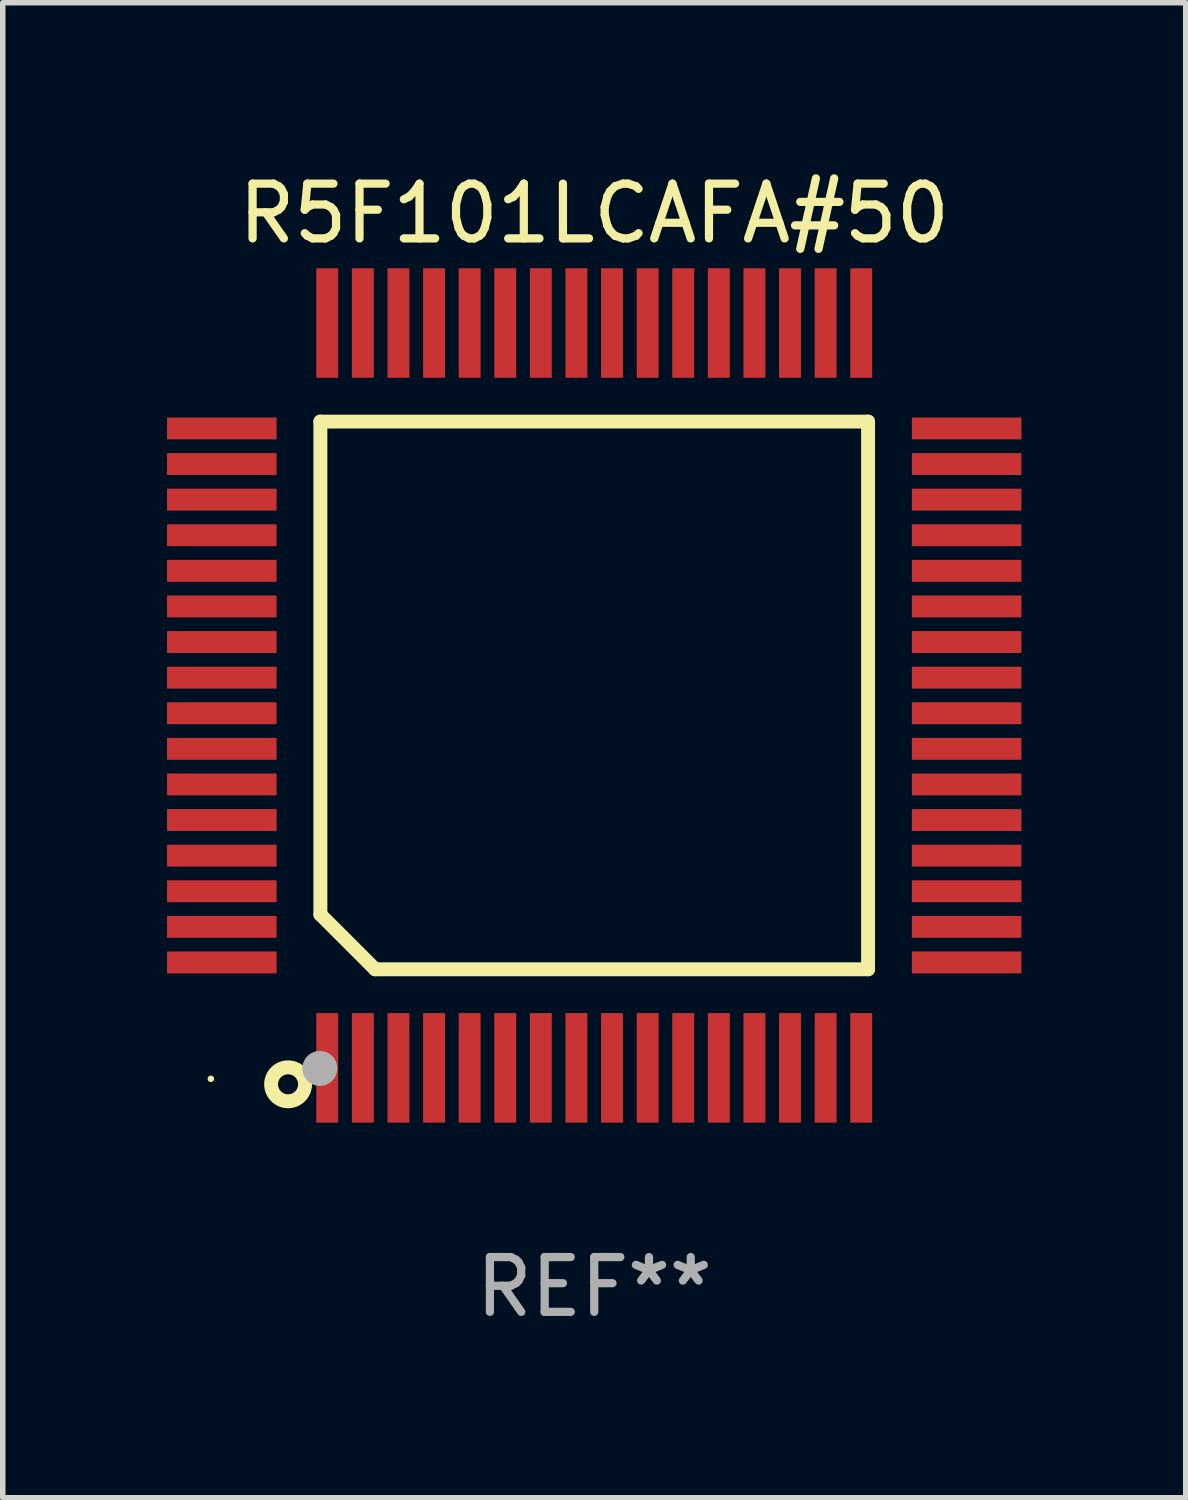
<source format=kicad_pcb>
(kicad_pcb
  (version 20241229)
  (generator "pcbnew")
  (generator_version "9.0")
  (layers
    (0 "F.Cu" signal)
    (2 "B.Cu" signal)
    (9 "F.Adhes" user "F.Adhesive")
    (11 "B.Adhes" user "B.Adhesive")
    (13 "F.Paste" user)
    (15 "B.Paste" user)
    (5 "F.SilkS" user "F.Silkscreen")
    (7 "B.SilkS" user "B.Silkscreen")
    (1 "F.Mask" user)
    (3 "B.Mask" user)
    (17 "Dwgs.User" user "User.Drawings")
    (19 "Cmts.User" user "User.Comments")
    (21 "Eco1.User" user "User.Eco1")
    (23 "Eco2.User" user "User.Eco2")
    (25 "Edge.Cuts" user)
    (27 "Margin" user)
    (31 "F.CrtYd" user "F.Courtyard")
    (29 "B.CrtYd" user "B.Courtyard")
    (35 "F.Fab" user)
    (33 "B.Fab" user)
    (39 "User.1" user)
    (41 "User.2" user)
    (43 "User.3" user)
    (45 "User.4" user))
  (footprint "R5F101LCAFA#50"
    (layer "F.Cu")
    (at 7.8 9.648)
    (property "Reference" "R5F101LCAFA#50" (at 0 -8.8 0) (layer "F.SilkS") (effects (font (size 1 1) (thickness 0.15))))
    (attr through_hole)
    (fp_line (start -5 -5) (end 5 -5) (stroke (width 0.254) (type solid)) (layer "F.SilkS"))
    (fp_line (start -5 4) (end -5 -5) (stroke (width 0.254) (type solid)) (layer "F.SilkS"))
    (fp_line (start -4 5) (end -5 4) (stroke (width 0.254) (type solid)) (layer "F.SilkS"))
    (fp_line (start 5 -5) (end 5 5) (stroke (width 0.254) (type solid)) (layer "F.SilkS"))
    (fp_line (start 5 5) (end -4 5) (stroke (width 0.254) (type solid)) (layer "F.SilkS"))
    (fp_circle (center -7 7) (end -6.97 7) (stroke (width 0.06) (type solid)) (fill no) (layer "F.SilkS"))
    (fp_circle (center -5.59 7.1) (end -5.28 7.1) (stroke (width 0.254) (type solid)) (fill no) (layer "F.SilkS"))
    (fp_circle (center -5.01 6.81) (end -4.85 6.81) (stroke (width 0.32) (type solid)) (fill no) (layer "F.Fab"))
    (fp_text user "REF**" (at 0 10.8 0) (layer "F.Fab") (effects (font (size 1 1) (thickness 0.15))))
    (pad "1" smd rect (at -4.875 6.8) (size 0.4 2) (layers "F.Cu" "F.Mask" "F.Paste"))
    (pad "2" smd rect (at -4.225 6.8) (size 0.4 2) (layers "F.Cu" "F.Mask" "F.Paste"))
    (pad "3" smd rect (at -3.575 6.8) (size 0.4 2) (layers "F.Cu" "F.Mask" "F.Paste"))
    (pad "4" smd rect (at -2.925 6.8) (size 0.4 2) (layers "F.Cu" "F.Mask" "F.Paste"))
    (pad "5" smd rect (at -2.275 6.8) (size 0.4 2) (layers "F.Cu" "F.Mask" "F.Paste"))
    (pad "6" smd rect (at -1.625 6.8) (size 0.4 2) (layers "F.Cu" "F.Mask" "F.Paste"))
    (pad "7" smd rect (at -0.975 6.8) (size 0.4 2) (layers "F.Cu" "F.Mask" "F.Paste"))
    (pad "8" smd rect (at -0.325 6.8) (size 0.4 2) (layers "F.Cu" "F.Mask" "F.Paste"))
    (pad "9" smd rect (at 0.325 6.8) (size 0.4 2) (layers "F.Cu" "F.Mask" "F.Paste"))
    (pad "10" smd rect (at 0.975 6.8) (size 0.4 2) (layers "F.Cu" "F.Mask" "F.Paste"))
    (pad "11" smd rect (at 1.625 6.8) (size 0.4 2) (layers "F.Cu" "F.Mask" "F.Paste"))
    (pad "12" smd rect (at 2.275 6.8) (size 0.4 2) (layers "F.Cu" "F.Mask" "F.Paste"))
    (pad "13" smd rect (at 2.925 6.8) (size 0.4 2) (layers "F.Cu" "F.Mask" "F.Paste"))
    (pad "14" smd rect (at 3.575 6.8) (size 0.4 2) (layers "F.Cu" "F.Mask" "F.Paste"))
    (pad "15" smd rect (at 4.225 6.8) (size 0.4 2) (layers "F.Cu" "F.Mask" "F.Paste"))
    (pad "16" smd rect (at 4.875 6.8) (size 0.4 2) (layers "F.Cu" "F.Mask" "F.Paste"))
    (pad "17" smd rect (at 6.8 4.875) (size 2 0.4) (layers "F.Cu" "F.Mask" "F.Paste"))
    (pad "18" smd rect (at 6.8 4.225) (size 2 0.4) (layers "F.Cu" "F.Mask" "F.Paste"))
    (pad "19" smd rect (at 6.8 3.575) (size 2 0.4) (layers "F.Cu" "F.Mask" "F.Paste"))
    (pad "20" smd rect (at 6.8 2.925) (size 2 0.4) (layers "F.Cu" "F.Mask" "F.Paste"))
    (pad "21" smd rect (at 6.8 2.275) (size 2 0.4) (layers "F.Cu" "F.Mask" "F.Paste"))
    (pad "22" smd rect (at 6.8 1.625) (size 2 0.4) (layers "F.Cu" "F.Mask" "F.Paste"))
    (pad "23" smd rect (at 6.8 0.975) (size 2 0.4) (layers "F.Cu" "F.Mask" "F.Paste"))
    (pad "24" smd rect (at 6.8 0.325) (size 2 0.4) (layers "F.Cu" "F.Mask" "F.Paste"))
    (pad "25" smd rect (at 6.8 -0.325) (size 2 0.4) (layers "F.Cu" "F.Mask" "F.Paste"))
    (pad "26" smd rect (at 6.8 -0.975) (size 2 0.4) (layers "F.Cu" "F.Mask" "F.Paste"))
    (pad "27" smd rect (at 6.8 -1.625) (size 2 0.4) (layers "F.Cu" "F.Mask" "F.Paste"))
    (pad "28" smd rect (at 6.8 -2.275) (size 2 0.4) (layers "F.Cu" "F.Mask" "F.Paste"))
    (pad "29" smd rect (at 6.8 -2.925) (size 2 0.4) (layers "F.Cu" "F.Mask" "F.Paste"))
    (pad "30" smd rect (at 6.8 -3.575) (size 2 0.4) (layers "F.Cu" "F.Mask" "F.Paste"))
    (pad "31" smd rect (at 6.8 -4.225) (size 2 0.4) (layers "F.Cu" "F.Mask" "F.Paste"))
    (pad "32" smd rect (at 6.8 -4.875) (size 2 0.4) (layers "F.Cu" "F.Mask" "F.Paste"))
    (pad "33" smd rect (at 4.875 -6.8) (size 0.4 2) (layers "F.Cu" "F.Mask" "F.Paste"))
    (pad "34" smd rect (at 4.225 -6.8) (size 0.4 2) (layers "F.Cu" "F.Mask" "F.Paste"))
    (pad "35" smd rect (at 3.575 -6.8) (size 0.4 2) (layers "F.Cu" "F.Mask" "F.Paste"))
    (pad "36" smd rect (at 2.925 -6.8) (size 0.4 2) (layers "F.Cu" "F.Mask" "F.Paste"))
    (pad "37" smd rect (at 2.275 -6.8) (size 0.4 2) (layers "F.Cu" "F.Mask" "F.Paste"))
    (pad "38" smd rect (at 1.625 -6.8) (size 0.4 2) (layers "F.Cu" "F.Mask" "F.Paste"))
    (pad "39" smd rect (at 0.975 -6.8) (size 0.4 2) (layers "F.Cu" "F.Mask" "F.Paste"))
    (pad "40" smd rect (at 0.325 -6.8) (size 0.4 2) (layers "F.Cu" "F.Mask" "F.Paste"))
    (pad "41" smd rect (at -0.325 -6.8) (size 0.4 2) (layers "F.Cu" "F.Mask" "F.Paste"))
    (pad "42" smd rect (at -0.975 -6.8) (size 0.4 2) (layers "F.Cu" "F.Mask" "F.Paste"))
    (pad "43" smd rect (at -1.625 -6.8) (size 0.4 2) (layers "F.Cu" "F.Mask" "F.Paste"))
    (pad "44" smd rect (at -2.275 -6.8) (size 0.4 2) (layers "F.Cu" "F.Mask" "F.Paste"))
    (pad "45" smd rect (at -2.925 -6.8) (size 0.4 2) (layers "F.Cu" "F.Mask" "F.Paste"))
    (pad "46" smd rect (at -3.575 -6.8) (size 0.4 2) (layers "F.Cu" "F.Mask" "F.Paste"))
    (pad "47" smd rect (at -4.225 -6.8) (size 0.4 2) (layers "F.Cu" "F.Mask" "F.Paste"))
    (pad "48" smd rect (at -4.875 -6.8) (size 0.4 2) (layers "F.Cu" "F.Mask" "F.Paste"))
    (pad "49" smd rect (at -6.8 -4.875) (size 2 0.4) (layers "F.Cu" "F.Mask" "F.Paste"))
    (pad "50" smd rect (at -6.8 -4.225) (size 2 0.4) (layers "F.Cu" "F.Mask" "F.Paste"))
    (pad "51" smd rect (at -6.8 -3.575) (size 2 0.4) (layers "F.Cu" "F.Mask" "F.Paste"))
    (pad "52" smd rect (at -6.8 -2.925) (size 2 0.4) (layers "F.Cu" "F.Mask" "F.Paste"))
    (pad "53" smd rect (at -6.8 -2.275) (size 2 0.4) (layers "F.Cu" "F.Mask" "F.Paste"))
    (pad "54" smd rect (at -6.8 -1.625) (size 2 0.4) (layers "F.Cu" "F.Mask" "F.Paste"))
    (pad "55" smd rect (at -6.8 -0.975) (size 2 0.4) (layers "F.Cu" "F.Mask" "F.Paste"))
    (pad "56" smd rect (at -6.8 -0.325) (size 2 0.4) (layers "F.Cu" "F.Mask" "F.Paste"))
    (pad "57" smd rect (at -6.8 0.325) (size 2 0.4) (layers "F.Cu" "F.Mask" "F.Paste"))
    (pad "58" smd rect (at -6.8 0.975) (size 2 0.4) (layers "F.Cu" "F.Mask" "F.Paste"))
    (pad "59" smd rect (at -6.8 1.625) (size 2 0.4) (layers "F.Cu" "F.Mask" "F.Paste"))
    (pad "60" smd rect (at -6.8 2.275) (size 2 0.4) (layers "F.Cu" "F.Mask" "F.Paste"))
    (pad "61" smd rect (at -6.8 2.925) (size 2 0.4) (layers "F.Cu" "F.Mask" "F.Paste"))
    (pad "62" smd rect (at -6.8 3.575) (size 2 0.4) (layers "F.Cu" "F.Mask" "F.Paste"))
    (pad "63" smd rect (at -6.8 4.225) (size 2 0.4) (layers "F.Cu" "F.Mask" "F.Paste"))
    (pad "64" smd rect (at -6.8 4.875) (size 2 0.4) (layers "F.Cu" "F.Mask" "F.Paste")))
  (gr_rect
    (start -3 -3)
    (end 18.6 24.297)
    (stroke (width 0.1) (type default))
    (fill no)
    (layer "Edge.Cuts")))
</source>
